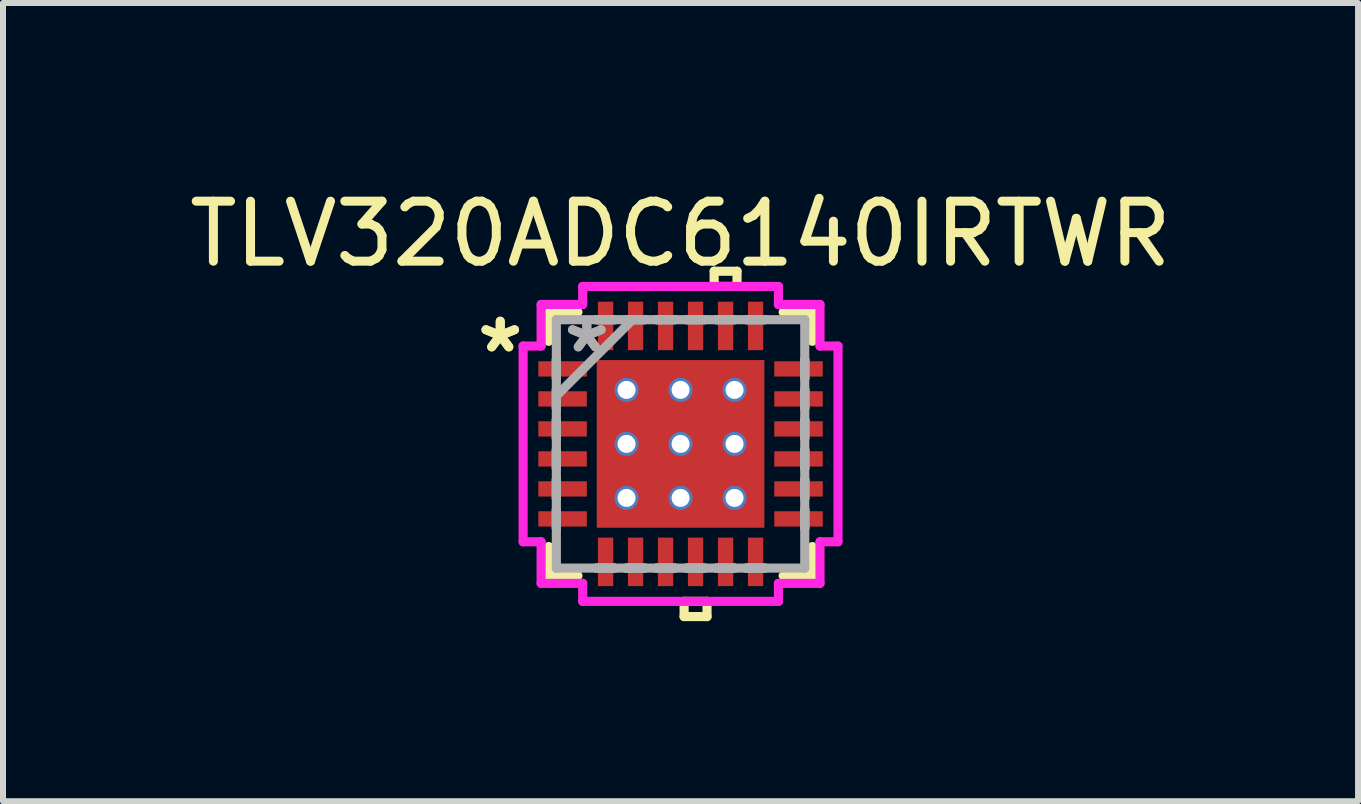
<source format=kicad_pcb>
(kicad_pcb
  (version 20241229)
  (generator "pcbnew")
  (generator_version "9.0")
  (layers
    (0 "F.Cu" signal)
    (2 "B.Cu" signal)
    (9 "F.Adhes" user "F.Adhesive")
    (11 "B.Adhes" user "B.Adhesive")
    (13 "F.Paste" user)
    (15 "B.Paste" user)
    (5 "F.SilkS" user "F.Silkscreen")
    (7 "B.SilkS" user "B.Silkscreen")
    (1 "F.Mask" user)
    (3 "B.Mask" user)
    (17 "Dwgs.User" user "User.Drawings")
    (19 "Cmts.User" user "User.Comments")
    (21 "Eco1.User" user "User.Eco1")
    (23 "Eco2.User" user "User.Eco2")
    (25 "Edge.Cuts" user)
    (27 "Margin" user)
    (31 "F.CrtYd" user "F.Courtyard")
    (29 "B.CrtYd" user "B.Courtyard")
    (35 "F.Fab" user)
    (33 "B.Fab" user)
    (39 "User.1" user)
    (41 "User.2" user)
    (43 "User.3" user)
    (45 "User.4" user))
  (footprint "TLV320ADC6140IRTWR"
    (layer "F.Cu")
    (at 8.292 4.348)
    (property "Reference" "TLV320ADC6140IRTWR" (at 0 -3.5 0) (layer "F.SilkS") (effects (font (size 1 1) (thickness 0.15))))
    (attr through_hole)
    (fp_line (start -2.197 -2.197) (end -2.197 -1.71) (stroke (width 0.152) (type solid)) (layer "F.SilkS"))
    (fp_line (start -2.197 1.71) (end -2.197 2.197) (stroke (width 0.152) (type solid)) (layer "F.SilkS"))
    (fp_line (start -2.197 2.197) (end -1.71 2.197) (stroke (width 0.152) (type solid)) (layer "F.SilkS"))
    (fp_line (start -1.71 -2.197) (end -2.197 -2.197) (stroke (width 0.152) (type solid)) (layer "F.SilkS"))
    (fp_line (start 0.059 2.624) (end 0.059 2.878) (stroke (width 0.152) (type solid)) (layer "F.SilkS"))
    (fp_line (start 0.059 2.878) (end 0.441 2.878) (stroke (width 0.152) (type solid)) (layer "F.SilkS"))
    (fp_line (start 0.441 2.624) (end 0.059 2.624) (stroke (width 0.152) (type solid)) (layer "F.SilkS"))
    (fp_line (start 0.441 2.878) (end 0.441 2.624) (stroke (width 0.152) (type solid)) (layer "F.SilkS"))
    (fp_line (start 0.56 -2.878) (end 0.941 -2.878) (stroke (width 0.152) (type solid)) (layer "F.SilkS"))
    (fp_line (start 0.56 -2.624) (end 0.56 -2.878) (stroke (width 0.152) (type solid)) (layer "F.SilkS"))
    (fp_line (start 0.941 -2.878) (end 0.941 -2.624) (stroke (width 0.152) (type solid)) (layer "F.SilkS"))
    (fp_line (start 0.941 -2.624) (end 0.56 -2.624) (stroke (width 0.152) (type solid)) (layer "F.SilkS"))
    (fp_line (start 1.71 2.197) (end 2.197 2.197) (stroke (width 0.152) (type solid)) (layer "F.SilkS"))
    (fp_line (start 2.197 -2.197) (end 1.71 -2.197) (stroke (width 0.152) (type solid)) (layer "F.SilkS"))
    (fp_line (start 2.197 -1.71) (end 2.197 -2.197) (stroke (width 0.152) (type solid)) (layer "F.SilkS"))
    (fp_line (start 2.197 2.197) (end 2.197 1.71) (stroke (width 0.152) (type solid)) (layer "F.SilkS"))
    (fp_line (start -1.297 -1.297) (end -1.297 -0.1) (stroke (width 0.152) (type solid)) (layer "F.Paste"))
    (fp_line (start -1.297 -0.1) (end -0.1 -0.1) (stroke (width 0.152) (type solid)) (layer "F.Paste"))
    (fp_line (start -1.297 0.1) (end -1.297 1.297) (stroke (width 0.152) (type solid)) (layer "F.Paste"))
    (fp_line (start -1.297 1.297) (end -0.1 1.297) (stroke (width 0.152) (type solid)) (layer "F.Paste"))
    (fp_line (start -0.1 -1.297) (end -1.297 -1.297) (stroke (width 0.152) (type solid)) (layer "F.Paste"))
    (fp_line (start -0.1 -0.1) (end -0.1 -1.297) (stroke (width 0.152) (type solid)) (layer "F.Paste"))
    (fp_line (start -0.1 0.1) (end -1.297 0.1) (stroke (width 0.152) (type solid)) (layer "F.Paste"))
    (fp_line (start -0.1 1.297) (end -0.1 0.1) (stroke (width 0.152) (type solid)) (layer "F.Paste"))
    (fp_line (start 0.1 -1.297) (end 0.1 -0.1) (stroke (width 0.152) (type solid)) (layer "F.Paste"))
    (fp_line (start 0.1 -0.1) (end 1.297 -0.1) (stroke (width 0.152) (type solid)) (layer "F.Paste"))
    (fp_line (start 0.1 0.1) (end 0.1 1.297) (stroke (width 0.152) (type solid)) (layer "F.Paste"))
    (fp_line (start 0.1 1.297) (end 1.297 1.297) (stroke (width 0.152) (type solid)) (layer "F.Paste"))
    (fp_line (start 1.297 -1.297) (end 0.1 -1.297) (stroke (width 0.152) (type solid)) (layer "F.Paste"))
    (fp_line (start 1.297 -0.1) (end 1.297 -1.297) (stroke (width 0.152) (type solid)) (layer "F.Paste"))
    (fp_line (start 1.297 0.1) (end 0.1 0.1) (stroke (width 0.152) (type solid)) (layer "F.Paste"))
    (fp_line (start 1.297 1.297) (end 1.297 0.1) (stroke (width 0.152) (type solid)) (layer "F.Paste"))
    (fp_line (start -2.624 -1.631) (end -2.324 -1.631) (stroke (width 0.152) (type solid)) (layer "F.CrtYd"))
    (fp_line (start -2.624 1.631) (end -2.624 -1.631) (stroke (width 0.152) (type solid)) (layer "F.CrtYd"))
    (fp_line (start -2.324 -2.324) (end -1.631 -2.324) (stroke (width 0.152) (type solid)) (layer "F.CrtYd"))
    (fp_line (start -2.324 -1.631) (end -2.324 -2.324) (stroke (width 0.152) (type solid)) (layer "F.CrtYd"))
    (fp_line (start -2.324 1.631) (end -2.624 1.631) (stroke (width 0.152) (type solid)) (layer "F.CrtYd"))
    (fp_line (start -2.324 2.324) (end -2.324 1.631) (stroke (width 0.152) (type solid)) (layer "F.CrtYd"))
    (fp_line (start -1.631 -2.624) (end 1.631 -2.624) (stroke (width 0.152) (type solid)) (layer "F.CrtYd"))
    (fp_line (start -1.631 -2.324) (end -1.631 -2.624) (stroke (width 0.152) (type solid)) (layer "F.CrtYd"))
    (fp_line (start -1.631 2.324) (end -2.324 2.324) (stroke (width 0.152) (type solid)) (layer "F.CrtYd"))
    (fp_line (start -1.631 2.624) (end -1.631 2.324) (stroke (width 0.152) (type solid)) (layer "F.CrtYd"))
    (fp_line (start 1.631 -2.624) (end 1.631 -2.324) (stroke (width 0.152) (type solid)) (layer "F.CrtYd"))
    (fp_line (start 1.631 -2.324) (end 2.324 -2.324) (stroke (width 0.152) (type solid)) (layer "F.CrtYd"))
    (fp_line (start 1.631 2.324) (end 1.631 2.624) (stroke (width 0.152) (type solid)) (layer "F.CrtYd"))
    (fp_line (start 1.631 2.624) (end -1.631 2.624) (stroke (width 0.152) (type solid)) (layer "F.CrtYd"))
    (fp_line (start 2.324 -2.324) (end 2.324 -1.631) (stroke (width 0.152) (type solid)) (layer "F.CrtYd"))
    (fp_line (start 2.324 -1.631) (end 2.624 -1.631) (stroke (width 0.152) (type solid)) (layer "F.CrtYd"))
    (fp_line (start 2.324 1.631) (end 2.324 2.324) (stroke (width 0.152) (type solid)) (layer "F.CrtYd"))
    (fp_line (start 2.324 2.324) (end 1.631 2.324) (stroke (width 0.152) (type solid)) (layer "F.CrtYd"))
    (fp_line (start 2.624 -1.631) (end 2.624 1.631) (stroke (width 0.152) (type solid)) (layer "F.CrtYd"))
    (fp_line (start 2.624 1.631) (end 2.324 1.631) (stroke (width 0.152) (type solid)) (layer "F.CrtYd"))
    (fp_line (start -2.07 -2.07) (end -2.07 -2.07) (stroke (width 0.152) (type solid)) (layer "F.Fab"))
    (fp_line (start -2.07 -2.07) (end -2.07 2.07) (stroke (width 0.152) (type solid)) (layer "F.Fab"))
    (fp_line (start -2.07 -1.402) (end -2.07 -1.402) (stroke (width 0.152) (type solid)) (layer "F.Fab"))
    (fp_line (start -2.07 -1.402) (end -2.07 -1.098) (stroke (width 0.152) (type solid)) (layer "F.Fab"))
    (fp_line (start -2.07 -1.098) (end -2.07 -1.402) (stroke (width 0.152) (type solid)) (layer "F.Fab"))
    (fp_line (start -2.07 -1.098) (end -2.07 -1.098) (stroke (width 0.152) (type solid)) (layer "F.Fab"))
    (fp_line (start -2.07 -0.902) (end -2.07 -0.902) (stroke (width 0.152) (type solid)) (layer "F.Fab"))
    (fp_line (start -2.07 -0.902) (end -2.07 -0.598) (stroke (width 0.152) (type solid)) (layer "F.Fab"))
    (fp_line (start -2.07 -0.8) (end -0.8 -2.07) (stroke (width 0.152) (type solid)) (layer "F.Fab"))
    (fp_line (start -2.07 -0.598) (end -2.07 -0.902) (stroke (width 0.152) (type solid)) (layer "F.Fab"))
    (fp_line (start -2.07 -0.598) (end -2.07 -0.598) (stroke (width 0.152) (type solid)) (layer "F.Fab"))
    (fp_line (start -2.07 -0.402) (end -2.07 -0.402) (stroke (width 0.152) (type solid)) (layer "F.Fab"))
    (fp_line (start -2.07 -0.402) (end -2.07 -0.098) (stroke (width 0.152) (type solid)) (layer "F.Fab"))
    (fp_line (start -2.07 -0.098) (end -2.07 -0.402) (stroke (width 0.152) (type solid)) (layer "F.Fab"))
    (fp_line (start -2.07 -0.098) (end -2.07 -0.098) (stroke (width 0.152) (type solid)) (layer "F.Fab"))
    (fp_line (start -2.07 0.098) (end -2.07 0.098) (stroke (width 0.152) (type solid)) (layer "F.Fab"))
    (fp_line (start -2.07 0.098) (end -2.07 0.402) (stroke (width 0.152) (type solid)) (layer "F.Fab"))
    (fp_line (start -2.07 0.402) (end -2.07 0.098) (stroke (width 0.152) (type solid)) (layer "F.Fab"))
    (fp_line (start -2.07 0.402) (end -2.07 0.402) (stroke (width 0.152) (type solid)) (layer "F.Fab"))
    (fp_line (start -2.07 0.598) (end -2.07 0.598) (stroke (width 0.152) (type solid)) (layer "F.Fab"))
    (fp_line (start -2.07 0.598) (end -2.07 0.902) (stroke (width 0.152) (type solid)) (layer "F.Fab"))
    (fp_line (start -2.07 0.902) (end -2.07 0.598) (stroke (width 0.152) (type solid)) (layer "F.Fab"))
    (fp_line (start -2.07 0.902) (end -2.07 0.902) (stroke (width 0.152) (type solid)) (layer "F.Fab"))
    (fp_line (start -2.07 1.098) (end -2.07 1.098) (stroke (width 0.152) (type solid)) (layer "F.Fab"))
    (fp_line (start -2.07 1.098) (end -2.07 1.402) (stroke (width 0.152) (type solid)) (layer "F.Fab"))
    (fp_line (start -2.07 1.402) (end -2.07 1.098) (stroke (width 0.152) (type solid)) (layer "F.Fab"))
    (fp_line (start -2.07 1.402) (end -2.07 1.402) (stroke (width 0.152) (type solid)) (layer "F.Fab"))
    (fp_line (start -2.07 2.07) (end -2.07 2.07) (stroke (width 0.152) (type solid)) (layer "F.Fab"))
    (fp_line (start -2.07 2.07) (end 2.07 2.07) (stroke (width 0.152) (type solid)) (layer "F.Fab"))
    (fp_line (start -1.402 -2.07) (end -1.402 -2.07) (stroke (width 0.152) (type solid)) (layer "F.Fab"))
    (fp_line (start -1.402 -2.07) (end -1.098 -2.07) (stroke (width 0.152) (type solid)) (layer "F.Fab"))
    (fp_line (start -1.402 2.07) (end -1.402 2.07) (stroke (width 0.152) (type solid)) (layer "F.Fab"))
    (fp_line (start -1.402 2.07) (end -1.098 2.07) (stroke (width 0.152) (type solid)) (layer "F.Fab"))
    (fp_line (start -1.098 -2.07) (end -1.402 -2.07) (stroke (width 0.152) (type solid)) (layer "F.Fab"))
    (fp_line (start -1.098 -2.07) (end -1.098 -2.07) (stroke (width 0.152) (type solid)) (layer "F.Fab"))
    (fp_line (start -1.098 2.07) (end -1.402 2.07) (stroke (width 0.152) (type solid)) (layer "F.Fab"))
    (fp_line (start -1.098 2.07) (end -1.098 2.07) (stroke (width 0.152) (type solid)) (layer "F.Fab"))
    (fp_line (start -0.902 -2.07) (end -0.902 -2.07) (stroke (width 0.152) (type solid)) (layer "F.Fab"))
    (fp_line (start -0.902 -2.07) (end -0.598 -2.07) (stroke (width 0.152) (type solid)) (layer "F.Fab"))
    (fp_line (start -0.902 2.07) (end -0.902 2.07) (stroke (width 0.152) (type solid)) (layer "F.Fab"))
    (fp_line (start -0.902 2.07) (end -0.598 2.07) (stroke (width 0.152) (type solid)) (layer "F.Fab"))
    (fp_line (start -0.598 -2.07) (end -0.902 -2.07) (stroke (width 0.152) (type solid)) (layer "F.Fab"))
    (fp_line (start -0.598 -2.07) (end -0.598 -2.07) (stroke (width 0.152) (type solid)) (layer "F.Fab"))
    (fp_line (start -0.598 2.07) (end -0.902 2.07) (stroke (width 0.152) (type solid)) (layer "F.Fab"))
    (fp_line (start -0.598 2.07) (end -0.598 2.07) (stroke (width 0.152) (type solid)) (layer "F.Fab"))
    (fp_line (start -0.402 -2.07) (end -0.402 -2.07) (stroke (width 0.152) (type solid)) (layer "F.Fab"))
    (fp_line (start -0.402 -2.07) (end -0.098 -2.07) (stroke (width 0.152) (type solid)) (layer "F.Fab"))
    (fp_line (start -0.402 2.07) (end -0.402 2.07) (stroke (width 0.152) (type solid)) (layer "F.Fab"))
    (fp_line (start -0.402 2.07) (end -0.098 2.07) (stroke (width 0.152) (type solid)) (layer "F.Fab"))
    (fp_line (start -0.098 -2.07) (end -0.402 -2.07) (stroke (width 0.152) (type solid)) (layer "F.Fab"))
    (fp_line (start -0.098 -2.07) (end -0.098 -2.07) (stroke (width 0.152) (type solid)) (layer "F.Fab"))
    (fp_line (start -0.098 2.07) (end -0.402 2.07) (stroke (width 0.152) (type solid)) (layer "F.Fab"))
    (fp_line (start -0.098 2.07) (end -0.098 2.07) (stroke (width 0.152) (type solid)) (layer "F.Fab"))
    (fp_line (start 0.098 -2.07) (end 0.098 -2.07) (stroke (width 0.152) (type solid)) (layer "F.Fab"))
    (fp_line (start 0.098 -2.07) (end 0.402 -2.07) (stroke (width 0.152) (type solid)) (layer "F.Fab"))
    (fp_line (start 0.098 2.07) (end 0.098 2.07) (stroke (width 0.152) (type solid)) (layer "F.Fab"))
    (fp_line (start 0.098 2.07) (end 0.402 2.07) (stroke (width 0.152) (type solid)) (layer "F.Fab"))
    (fp_line (start 0.402 -2.07) (end 0.098 -2.07) (stroke (width 0.152) (type solid)) (layer "F.Fab"))
    (fp_line (start 0.402 -2.07) (end 0.402 -2.07) (stroke (width 0.152) (type solid)) (layer "F.Fab"))
    (fp_line (start 0.402 2.07) (end 0.098 2.07) (stroke (width 0.152) (type solid)) (layer "F.Fab"))
    (fp_line (start 0.402 2.07) (end 0.402 2.07) (stroke (width 0.152) (type solid)) (layer "F.Fab"))
    (fp_line (start 0.598 -2.07) (end 0.598 -2.07) (stroke (width 0.152) (type solid)) (layer "F.Fab"))
    (fp_line (start 0.598 -2.07) (end 0.902 -2.07) (stroke (width 0.152) (type solid)) (layer "F.Fab"))
    (fp_line (start 0.598 2.07) (end 0.598 2.07) (stroke (width 0.152) (type solid)) (layer "F.Fab"))
    (fp_line (start 0.598 2.07) (end 0.902 2.07) (stroke (width 0.152) (type solid)) (layer "F.Fab"))
    (fp_line (start 0.902 -2.07) (end 0.598 -2.07) (stroke (width 0.152) (type solid)) (layer "F.Fab"))
    (fp_line (start 0.902 -2.07) (end 0.902 -2.07) (stroke (width 0.152) (type solid)) (layer "F.Fab"))
    (fp_line (start 0.902 2.07) (end 0.598 2.07) (stroke (width 0.152) (type solid)) (layer "F.Fab"))
    (fp_line (start 0.902 2.07) (end 0.902 2.07) (stroke (width 0.152) (type solid)) (layer "F.Fab"))
    (fp_line (start 1.098 -2.07) (end 1.098 -2.07) (stroke (width 0.152) (type solid)) (layer "F.Fab"))
    (fp_line (start 1.098 -2.07) (end 1.402 -2.07) (stroke (width 0.152) (type solid)) (layer "F.Fab"))
    (fp_line (start 1.098 2.07) (end 1.098 2.07) (stroke (width 0.152) (type solid)) (layer "F.Fab"))
    (fp_line (start 1.098 2.07) (end 1.402 2.07) (stroke (width 0.152) (type solid)) (layer "F.Fab"))
    (fp_line (start 1.402 -2.07) (end 1.098 -2.07) (stroke (width 0.152) (type solid)) (layer "F.Fab"))
    (fp_line (start 1.402 -2.07) (end 1.402 -2.07) (stroke (width 0.152) (type solid)) (layer "F.Fab"))
    (fp_line (start 1.402 2.07) (end 1.098 2.07) (stroke (width 0.152) (type solid)) (layer "F.Fab"))
    (fp_line (start 1.402 2.07) (end 1.402 2.07) (stroke (width 0.152) (type solid)) (layer "F.Fab"))
    (fp_line (start 2.07 -2.07) (end -2.07 -2.07) (stroke (width 0.152) (type solid)) (layer "F.Fab"))
    (fp_line (start 2.07 -2.07) (end 2.07 -2.07) (stroke (width 0.152) (type solid)) (layer "F.Fab"))
    (fp_line (start 2.07 -1.402) (end 2.07 -1.402) (stroke (width 0.152) (type solid)) (layer "F.Fab"))
    (fp_line (start 2.07 -1.402) (end 2.07 -1.098) (stroke (width 0.152) (type solid)) (layer "F.Fab"))
    (fp_line (start 2.07 -1.098) (end 2.07 -1.402) (stroke (width 0.152) (type solid)) (layer "F.Fab"))
    (fp_line (start 2.07 -1.098) (end 2.07 -1.098) (stroke (width 0.152) (type solid)) (layer "F.Fab"))
    (fp_line (start 2.07 -0.902) (end 2.07 -0.902) (stroke (width 0.152) (type solid)) (layer "F.Fab"))
    (fp_line (start 2.07 -0.902) (end 2.07 -0.598) (stroke (width 0.152) (type solid)) (layer "F.Fab"))
    (fp_line (start 2.07 -0.598) (end 2.07 -0.902) (stroke (width 0.152) (type solid)) (layer "F.Fab"))
    (fp_line (start 2.07 -0.598) (end 2.07 -0.598) (stroke (width 0.152) (type solid)) (layer "F.Fab"))
    (fp_line (start 2.07 -0.402) (end 2.07 -0.402) (stroke (width 0.152) (type solid)) (layer "F.Fab"))
    (fp_line (start 2.07 -0.402) (end 2.07 -0.098) (stroke (width 0.152) (type solid)) (layer "F.Fab"))
    (fp_line (start 2.07 -0.098) (end 2.07 -0.402) (stroke (width 0.152) (type solid)) (layer "F.Fab"))
    (fp_line (start 2.07 -0.098) (end 2.07 -0.098) (stroke (width 0.152) (type solid)) (layer "F.Fab"))
    (fp_line (start 2.07 0.098) (end 2.07 0.098) (stroke (width 0.152) (type solid)) (layer "F.Fab"))
    (fp_line (start 2.07 0.098) (end 2.07 0.402) (stroke (width 0.152) (type solid)) (layer "F.Fab"))
    (fp_line (start 2.07 0.402) (end 2.07 0.098) (stroke (width 0.152) (type solid)) (layer "F.Fab"))
    (fp_line (start 2.07 0.402) (end 2.07 0.402) (stroke (width 0.152) (type solid)) (layer "F.Fab"))
    (fp_line (start 2.07 0.598) (end 2.07 0.598) (stroke (width 0.152) (type solid)) (layer "F.Fab"))
    (fp_line (start 2.07 0.598) (end 2.07 0.902) (stroke (width 0.152) (type solid)) (layer "F.Fab"))
    (fp_line (start 2.07 0.902) (end 2.07 0.598) (stroke (width 0.152) (type solid)) (layer "F.Fab"))
    (fp_line (start 2.07 0.902) (end 2.07 0.902) (stroke (width 0.152) (type solid)) (layer "F.Fab"))
    (fp_line (start 2.07 1.098) (end 2.07 1.098) (stroke (width 0.152) (type solid)) (layer "F.Fab"))
    (fp_line (start 2.07 1.098) (end 2.07 1.402) (stroke (width 0.152) (type solid)) (layer "F.Fab"))
    (fp_line (start 2.07 1.402) (end 2.07 1.098) (stroke (width 0.152) (type solid)) (layer "F.Fab"))
    (fp_line (start 2.07 1.402) (end 2.07 1.402) (stroke (width 0.152) (type solid)) (layer "F.Fab"))
    (fp_line (start 2.07 2.07) (end 2.07 -2.07) (stroke (width 0.152) (type solid)) (layer "F.Fab"))
    (fp_line (start 2.07 2.07) (end 2.07 2.07) (stroke (width 0.152) (type solid)) (layer "F.Fab"))
    (fp_text user "*" (at -3.005 -1.5 0) (layer "F.SilkS") (effects (font (size 1 1) (thickness 0.15))))
    (fp_text user "*" (at -3.005 -1.5 0) (layer "F.SilkS") (effects (font (size 1 1) (thickness 0.15))))
    (fp_text user "*" (at -1.562 -1.5 0) (layer "F.Fab") (effects (font (size 1 1) (thickness 0.15))))
    (fp_text user "*" (at -1.562 -1.5 0) (layer "F.Fab") (effects (font (size 1 1) (thickness 0.15))))
    (pad "1" smd rect (at -1.966 -1.25 90) (size 0.255 0.808) (layers "F.Cu" "F.Mask" "F.Paste"))
    (pad "2" smd rect (at -1.966 -0.75 90) (size 0.255 0.808) (layers "F.Cu" "F.Mask" "F.Paste"))
    (pad "3" smd rect (at -1.966 -0.25 90) (size 0.255 0.808) (layers "F.Cu" "F.Mask" "F.Paste"))
    (pad "4" smd rect (at -1.966 0.25 90) (size 0.255 0.808) (layers "F.Cu" "F.Mask" "F.Paste"))
    (pad "5" smd rect (at -1.966 0.75 90) (size 0.255 0.808) (layers "F.Cu" "F.Mask" "F.Paste"))
    (pad "6" smd rect (at -1.966 1.25 90) (size 0.255 0.808) (layers "F.Cu" "F.Mask" "F.Paste"))
    (pad "7" smd rect (at -1.25 1.966) (size 0.255 0.808) (layers "F.Cu" "F.Mask" "F.Paste"))
    (pad "8" smd rect (at -0.75 1.966) (size 0.255 0.808) (layers "F.Cu" "F.Mask" "F.Paste"))
    (pad "9" smd rect (at -0.25 1.966) (size 0.255 0.808) (layers "F.Cu" "F.Mask" "F.Paste"))
    (pad "10" smd rect (at 0.25 1.966) (size 0.255 0.808) (layers "F.Cu" "F.Mask" "F.Paste"))
    (pad "11" smd rect (at 0.75 1.966) (size 0.255 0.808) (layers "F.Cu" "F.Mask" "F.Paste"))
    (pad "12" smd rect (at 1.25 1.966) (size 0.255 0.808) (layers "F.Cu" "F.Mask" "F.Paste"))
    (pad "13" smd rect (at 1.966 1.25 90) (size 0.255 0.808) (layers "F.Cu" "F.Mask" "F.Paste"))
    (pad "14" smd rect (at 1.966 0.75 90) (size 0.255 0.808) (layers "F.Cu" "F.Mask" "F.Paste"))
    (pad "15" smd rect (at 1.966 0.25 90) (size 0.255 0.808) (layers "F.Cu" "F.Mask" "F.Paste"))
    (pad "16" smd rect (at 1.966 -0.25 90) (size 0.255 0.808) (layers "F.Cu" "F.Mask" "F.Paste"))
    (pad "17" smd rect (at 1.966 -0.75 90) (size 0.255 0.808) (layers "F.Cu" "F.Mask" "F.Paste"))
    (pad "18" smd rect (at 1.966 -1.25 90) (size 0.255 0.808) (layers "F.Cu" "F.Mask" "F.Paste"))
    (pad "19" smd rect (at 1.25 -1.966) (size 0.255 0.808) (layers "F.Cu" "F.Mask" "F.Paste"))
    (pad "20" smd rect (at 0.75 -1.966) (size 0.255 0.808) (layers "F.Cu" "F.Mask" "F.Paste"))
    (pad "21" smd rect (at 0.25 -1.966) (size 0.255 0.808) (layers "F.Cu" "F.Mask" "F.Paste"))
    (pad "22" smd rect (at -0.25 -1.966) (size 0.255 0.808) (layers "F.Cu" "F.Mask" "F.Paste"))
    (pad "23" smd rect (at -0.75 -1.966) (size 0.255 0.808) (layers "F.Cu" "F.Mask" "F.Paste"))
    (pad "24" smd rect (at -1.25 -1.966) (size 0.255 0.808) (layers "F.Cu" "F.Mask" "F.Paste"))
    (pad "25" thru_hole circle (at -0.9 -0.9) (size 0.4 0.4) (drill 0.3) (layers "*.Cu" "*.Mask"))
    (pad "25" thru_hole circle (at -0.9 0) (size 0.4 0.4) (drill 0.3) (layers "*.Cu" "*.Mask"))
    (pad "25" thru_hole circle (at -0.9 0.9) (size 0.4 0.4) (drill 0.3) (layers "*.Cu" "*.Mask"))
    (pad "25" thru_hole circle (at 0 -0.9) (size 0.4 0.4) (drill 0.3) (layers "*.Cu" "*.Mask"))
    (pad "25" thru_hole circle (at 0 0) (size 0.4 0.4) (drill 0.3) (layers "*.Cu" "*.Mask"))
    (pad "25" smd rect (at 0 0 90) (size 2.794 2.794) (layers "F.Cu" "F.Mask" "F.Paste"))
    (pad "25" thru_hole circle (at 0 0.9) (size 0.4 0.4) (drill 0.3) (layers "*.Cu" "*.Mask"))
    (pad "25" thru_hole circle (at 0.9 -0.9) (size 0.4 0.4) (drill 0.3) (layers "*.Cu" "*.Mask"))
    (pad "25" thru_hole circle (at 0.9 0) (size 0.4 0.4) (drill 0.3) (layers "*.Cu" "*.Mask"))
    (pad "25" thru_hole circle (at 0.9 0.9) (size 0.4 0.4) (drill 0.3) (layers "*.Cu" "*.Mask")))
  (gr_rect
    (start -3 -3)
    (end 19.583 10.303)
    (stroke (width 0.1) (type default))
    (fill no)
    (layer "Edge.Cuts")))
</source>
